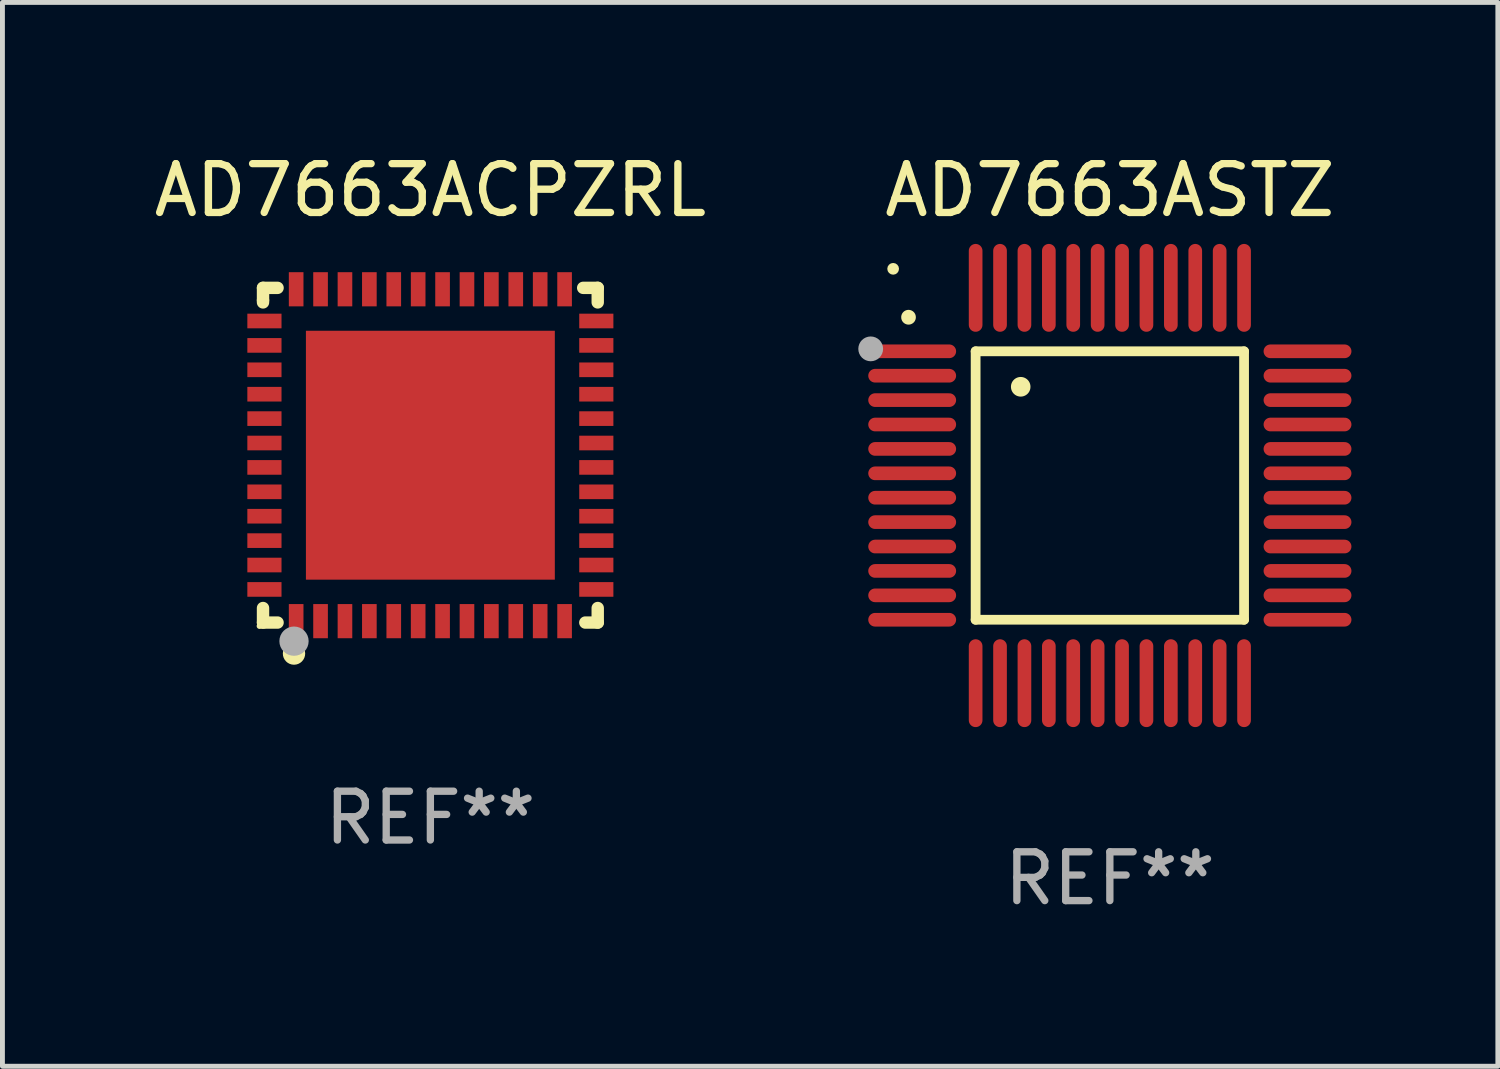
<source format=kicad_pcb>
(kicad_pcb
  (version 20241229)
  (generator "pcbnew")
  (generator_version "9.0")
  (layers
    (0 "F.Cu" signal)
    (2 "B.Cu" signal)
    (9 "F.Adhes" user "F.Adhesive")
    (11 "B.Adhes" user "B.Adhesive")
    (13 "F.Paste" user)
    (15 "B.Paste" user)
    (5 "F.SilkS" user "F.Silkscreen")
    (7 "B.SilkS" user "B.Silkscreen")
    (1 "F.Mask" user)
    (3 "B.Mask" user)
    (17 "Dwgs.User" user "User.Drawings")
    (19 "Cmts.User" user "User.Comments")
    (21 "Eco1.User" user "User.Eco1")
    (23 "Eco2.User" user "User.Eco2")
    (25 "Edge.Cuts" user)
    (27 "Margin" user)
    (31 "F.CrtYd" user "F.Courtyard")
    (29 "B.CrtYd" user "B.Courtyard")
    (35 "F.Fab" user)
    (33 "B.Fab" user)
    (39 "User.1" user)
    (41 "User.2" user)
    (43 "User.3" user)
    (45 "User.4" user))
  (footprint "AD7663ACPZRL"
    (layer "F.Cu")
    (at 5.768 6.277)
    (property "Reference" "AD7663ACPZRL" (at 0 -5.429 0) (layer "F.SilkS") (effects (font (size 1 1) (thickness 0.15))))
    (attr through_hole)
    (fp_line (start -3.429 -3.429) (end -3.429 -3.175) (stroke (width 0.254) (type solid)) (layer "F.SilkS"))
    (fp_line (start -3.429 -3.175) (end -3.429 -3.131) (stroke (width 0.254) (type solid)) (layer "F.SilkS"))
    (fp_line (start -3.429 3.131) (end -3.429 3.429) (stroke (width 0.254) (type solid)) (layer "F.SilkS"))
    (fp_line (start -3.429 3.429) (end -3.131 3.429) (stroke (width 0.254) (type solid)) (layer "F.SilkS"))
    (fp_line (start -3.131 -3.429) (end -3.429 -3.429) (stroke (width 0.254) (type solid)) (layer "F.SilkS"))
    (fp_line (start 3.131 -3.429) (end 3.429 -3.429) (stroke (width 0.254) (type solid)) (layer "F.SilkS"))
    (fp_line (start 3.429 -3.429) (end 3.429 -3.131) (stroke (width 0.254) (type solid)) (layer "F.SilkS"))
    (fp_line (start 3.429 3.131) (end 3.429 3.429) (stroke (width 0.254) (type solid)) (layer "F.SilkS"))
    (fp_line (start 3.429 3.429) (end 3.175 3.429) (stroke (width 0.254) (type solid)) (layer "F.SilkS"))
    (fp_circle (center -3.5 3.5) (end -3.47 3.5) (stroke (width 0.06) (type solid)) (fill no) (layer "F.SilkS"))
    (fp_circle (center -2.794 4.064) (end -2.667 4.064) (stroke (width 0.204) (type solid)) (fill no) (layer "F.SilkS"))
    (fp_circle (center -2.794 3.81) (end -2.644 3.81) (stroke (width 0.3) (type solid)) (fill no) (layer "F.Fab"))
    (fp_text user "REF**" (at 0 7.429 0) (layer "F.Fab") (effects (font (size 1 1) (thickness 0.15))))
    (pad "1" smd rect (at -2.75 3.4) (size 0.3 0.7) (layers "F.Cu" "F.Mask" "F.Paste"))
    (pad "2" smd rect (at -2.25 3.4) (size 0.3 0.7) (layers "F.Cu" "F.Mask" "F.Paste"))
    (pad "3" smd rect (at -1.75 3.4) (size 0.3 0.7) (layers "F.Cu" "F.Mask" "F.Paste"))
    (pad "4" smd rect (at -1.25 3.4) (size 0.3 0.7) (layers "F.Cu" "F.Mask" "F.Paste"))
    (pad "5" smd rect (at -0.75 3.4) (size 0.3 0.7) (layers "F.Cu" "F.Mask" "F.Paste"))
    (pad "6" smd rect (at -0.25 3.4) (size 0.3 0.7) (layers "F.Cu" "F.Mask" "F.Paste"))
    (pad "7" smd rect (at 0.25 3.4) (size 0.3 0.7) (layers "F.Cu" "F.Mask" "F.Paste"))
    (pad "8" smd rect (at 0.75 3.4) (size 0.3 0.7) (layers "F.Cu" "F.Mask" "F.Paste"))
    (pad "9" smd rect (at 1.25 3.4) (size 0.3 0.7) (layers "F.Cu" "F.Mask" "F.Paste"))
    (pad "10" smd rect (at 1.75 3.4) (size 0.3 0.7) (layers "F.Cu" "F.Mask" "F.Paste"))
    (pad "11" smd rect (at 2.25 3.4) (size 0.3 0.7) (layers "F.Cu" "F.Mask" "F.Paste"))
    (pad "12" smd rect (at 2.75 3.4) (size 0.3 0.7) (layers "F.Cu" "F.Mask" "F.Paste"))
    (pad "13" smd rect (at 3.4 2.75) (size 0.7 0.3) (layers "F.Cu" "F.Mask" "F.Paste"))
    (pad "14" smd rect (at 3.4 2.25) (size 0.7 0.3) (layers "F.Cu" "F.Mask" "F.Paste"))
    (pad "15" smd rect (at 3.4 1.75) (size 0.7 0.3) (layers "F.Cu" "F.Mask" "F.Paste"))
    (pad "16" smd rect (at 3.4 1.25) (size 0.7 0.3) (layers "F.Cu" "F.Mask" "F.Paste"))
    (pad "17" smd rect (at 3.4 0.75) (size 0.7 0.3) (layers "F.Cu" "F.Mask" "F.Paste"))
    (pad "18" smd rect (at 3.4 0.25) (size 0.7 0.3) (layers "F.Cu" "F.Mask" "F.Paste"))
    (pad "19" smd rect (at 3.4 -0.25) (size 0.7 0.3) (layers "F.Cu" "F.Mask" "F.Paste"))
    (pad "20" smd rect (at 3.4 -0.75) (size 0.7 0.3) (layers "F.Cu" "F.Mask" "F.Paste"))
    (pad "21" smd rect (at 3.4 -1.25) (size 0.7 0.3) (layers "F.Cu" "F.Mask" "F.Paste"))
    (pad "22" smd rect (at 3.4 -1.75) (size 0.7 0.3) (layers "F.Cu" "F.Mask" "F.Paste"))
    (pad "23" smd rect (at 3.4 -2.25) (size 0.7 0.3) (layers "F.Cu" "F.Mask" "F.Paste"))
    (pad "24" smd rect (at 3.4 -2.75) (size 0.7 0.3) (layers "F.Cu" "F.Mask" "F.Paste"))
    (pad "25" smd rect (at 2.75 -3.4) (size 0.3 0.7) (layers "F.Cu" "F.Mask" "F.Paste"))
    (pad "26" smd rect (at 2.25 -3.4) (size 0.3 0.7) (layers "F.Cu" "F.Mask" "F.Paste"))
    (pad "27" smd rect (at 1.75 -3.4) (size 0.3 0.7) (layers "F.Cu" "F.Mask" "F.Paste"))
    (pad "28" smd rect (at 1.25 -3.4) (size 0.3 0.7) (layers "F.Cu" "F.Mask" "F.Paste"))
    (pad "29" smd rect (at 0.75 -3.4) (size 0.3 0.7) (layers "F.Cu" "F.Mask" "F.Paste"))
    (pad "30" smd rect (at 0.25 -3.4) (size 0.3 0.7) (layers "F.Cu" "F.Mask" "F.Paste"))
    (pad "31" smd rect (at -0.25 -3.4) (size 0.3 0.7) (layers "F.Cu" "F.Mask" "F.Paste"))
    (pad "32" smd rect (at -0.75 -3.4) (size 0.3 0.7) (layers "F.Cu" "F.Mask" "F.Paste"))
    (pad "33" smd rect (at -1.25 -3.4) (size 0.3 0.7) (layers "F.Cu" "F.Mask" "F.Paste"))
    (pad "34" smd rect (at -1.75 -3.4) (size 0.3 0.7) (layers "F.Cu" "F.Mask" "F.Paste"))
    (pad "35" smd rect (at -2.25 -3.4) (size 0.3 0.7) (layers "F.Cu" "F.Mask" "F.Paste"))
    (pad "36" smd rect (at -2.75 -3.4) (size 0.3 0.7) (layers "F.Cu" "F.Mask" "F.Paste"))
    (pad "37" smd rect (at -3.4 -2.75) (size 0.7 0.3) (layers "F.Cu" "F.Mask" "F.Paste"))
    (pad "38" smd rect (at -3.4 -2.25) (size 0.7 0.3) (layers "F.Cu" "F.Mask" "F.Paste"))
    (pad "39" smd rect (at -3.4 -1.75) (size 0.7 0.3) (layers "F.Cu" "F.Mask" "F.Paste"))
    (pad "40" smd rect (at -3.4 -1.25) (size 0.7 0.3) (layers "F.Cu" "F.Mask" "F.Paste"))
    (pad "41" smd rect (at -3.4 -0.75) (size 0.7 0.3) (layers "F.Cu" "F.Mask" "F.Paste"))
    (pad "42" smd rect (at -3.4 -0.25) (size 0.7 0.3) (layers "F.Cu" "F.Mask" "F.Paste"))
    (pad "43" smd rect (at -3.4 0.25) (size 0.7 0.3) (layers "F.Cu" "F.Mask" "F.Paste"))
    (pad "44" smd rect (at -3.4 0.75) (size 0.7 0.3) (layers "F.Cu" "F.Mask" "F.Paste"))
    (pad "45" smd rect (at -3.4 1.25) (size 0.7 0.3) (layers "F.Cu" "F.Mask" "F.Paste"))
    (pad "46" smd rect (at -3.4 1.75) (size 0.7 0.3) (layers "F.Cu" "F.Mask" "F.Paste"))
    (pad "47" smd rect (at -3.4 2.25) (size 0.7 0.3) (layers "F.Cu" "F.Mask" "F.Paste"))
    (pad "48" smd rect (at -3.4 2.75) (size 0.7 0.3) (layers "F.Cu" "F.Mask" "F.Paste"))
    (pad "49" smd rect (at 0 0) (size 5.1 5.1) (layers "F.Cu" "F.Mask" "F.Paste")))
  (footprint "AD7663ASTZ"
    (layer "F.Cu")
    (at 19.69 6.898)
    (property "Reference" "AD7663ASTZ" (at 0 -6.05 0) (layer "F.SilkS") (effects (font (size 1 1) (thickness 0.15))))
    (attr through_hole)
    (fp_line (start -2.75 -2.75) (end 2.75 -2.75) (stroke (width 0.2) (type solid)) (layer "F.SilkS"))
    (fp_line (start -2.75 2.75) (end -2.75 -2.75) (stroke (width 0.2) (type solid)) (layer "F.SilkS"))
    (fp_line (start 2.75 -2.75) (end 2.75 2.75) (stroke (width 0.2) (type solid)) (layer "F.SilkS"))
    (fp_line (start 2.75 2.75) (end -2.75 2.75) (stroke (width 0.2) (type solid)) (layer "F.SilkS"))
    (fp_arc (start -4.124968 -3.446787) (mid -4.124973 -3.448057) (end -4.124968 -3.449327) (stroke (width 0.3) (type solid)) (layer "F.SilkS"))
    (fp_arc (start -1.826264 -2.021844) (mid -1.826268 -2.023114) (end -1.826264 -2.024384) (stroke (width 0.4) (type solid)) (layer "F.SilkS"))
    (fp_circle (center -4.44 -4.44) (end -4.38 -4.44) (stroke (width 0.12) (type solid)) (fill no) (layer "F.SilkS"))
    (fp_circle (center -4.9 -2.8) (end -4.773 -2.8) (stroke (width 0.254) (type solid)) (fill no) (layer "F.Fab"))
    (fp_text user "REF**" (at 0 8.05 0) (layer "F.Fab") (effects (font (size 1 1) (thickness 0.15))))
    (pad "1" smd oval (at -4.05 -2.75 90) (size 0.28 1.8) (layers "F.Cu" "F.Mask" "F.Paste"))
    (pad "2" smd oval (at -4.05 -2.25 90) (size 0.28 1.8) (layers "F.Cu" "F.Mask" "F.Paste"))
    (pad "3" smd oval (at -4.05 -1.75 90) (size 0.28 1.8) (layers "F.Cu" "F.Mask" "F.Paste"))
    (pad "4" smd oval (at -4.05 -1.25 90) (size 0.28 1.8) (layers "F.Cu" "F.Mask" "F.Paste"))
    (pad "5" smd oval (at -4.05 -0.75 90) (size 0.28 1.8) (layers "F.Cu" "F.Mask" "F.Paste"))
    (pad "6" smd oval (at -4.05 -0.25 90) (size 0.28 1.8) (layers "F.Cu" "F.Mask" "F.Paste"))
    (pad "7" smd oval (at -4.05 0.25 90) (size 0.28 1.8) (layers "F.Cu" "F.Mask" "F.Paste"))
    (pad "8" smd oval (at -4.05 0.75 90) (size 0.28 1.8) (layers "F.Cu" "F.Mask" "F.Paste"))
    (pad "9" smd oval (at -4.05 1.25 90) (size 0.28 1.8) (layers "F.Cu" "F.Mask" "F.Paste"))
    (pad "10" smd oval (at -4.05 1.75 90) (size 0.28 1.8) (layers "F.Cu" "F.Mask" "F.Paste"))
    (pad "11" smd oval (at -4.05 2.25 90) (size 0.28 1.8) (layers "F.Cu" "F.Mask" "F.Paste"))
    (pad "12" smd oval (at -4.05 2.75 90) (size 0.28 1.8) (layers "F.Cu" "F.Mask" "F.Paste"))
    (pad "13" smd oval (at -2.75 4.05) (size 0.28 1.8) (layers "F.Cu" "F.Mask" "F.Paste"))
    (pad "14" smd oval (at -2.25 4.05) (size 0.28 1.8) (layers "F.Cu" "F.Mask" "F.Paste"))
    (pad "15" smd oval (at -1.75 4.05) (size 0.28 1.8) (layers "F.Cu" "F.Mask" "F.Paste"))
    (pad "16" smd oval (at -1.25 4.05) (size 0.28 1.8) (layers "F.Cu" "F.Mask" "F.Paste"))
    (pad "17" smd oval (at -0.75 4.05) (size 0.28 1.8) (layers "F.Cu" "F.Mask" "F.Paste"))
    (pad "18" smd oval (at -0.25 4.05) (size 0.28 1.8) (layers "F.Cu" "F.Mask" "F.Paste"))
    (pad "19" smd oval (at 0.25 4.05) (size 0.28 1.8) (layers "F.Cu" "F.Mask" "F.Paste"))
    (pad "20" smd oval (at 0.75 4.05) (size 0.28 1.8) (layers "F.Cu" "F.Mask" "F.Paste"))
    (pad "21" smd oval (at 1.25 4.05) (size 0.28 1.8) (layers "F.Cu" "F.Mask" "F.Paste"))
    (pad "22" smd oval (at 1.75 4.05) (size 0.28 1.8) (layers "F.Cu" "F.Mask" "F.Paste"))
    (pad "23" smd oval (at 2.25 4.05) (size 0.28 1.8) (layers "F.Cu" "F.Mask" "F.Paste"))
    (pad "24" smd oval (at 2.75 4.05) (size 0.28 1.8) (layers "F.Cu" "F.Mask" "F.Paste"))
    (pad "25" smd oval (at 4.05 2.75 90) (size 0.28 1.8) (layers "F.Cu" "F.Mask" "F.Paste"))
    (pad "26" smd oval (at 4.05 2.25 90) (size 0.28 1.8) (layers "F.Cu" "F.Mask" "F.Paste"))
    (pad "27" smd oval (at 4.05 1.75 90) (size 0.28 1.8) (layers "F.Cu" "F.Mask" "F.Paste"))
    (pad "28" smd oval (at 4.05 1.25 90) (size 0.28 1.8) (layers "F.Cu" "F.Mask" "F.Paste"))
    (pad "29" smd oval (at 4.05 0.75 90) (size 0.28 1.8) (layers "F.Cu" "F.Mask" "F.Paste"))
    (pad "30" smd oval (at 4.05 0.25 90) (size 0.28 1.8) (layers "F.Cu" "F.Mask" "F.Paste"))
    (pad "31" smd oval (at 4.05 -0.25 90) (size 0.28 1.8) (layers "F.Cu" "F.Mask" "F.Paste"))
    (pad "32" smd oval (at 4.05 -0.75 90) (size 0.28 1.8) (layers "F.Cu" "F.Mask" "F.Paste"))
    (pad "33" smd oval (at 4.05 -1.25 90) (size 0.28 1.8) (layers "F.Cu" "F.Mask" "F.Paste"))
    (pad "34" smd oval (at 4.05 -1.75 90) (size 0.28 1.8) (layers "F.Cu" "F.Mask" "F.Paste"))
    (pad "35" smd oval (at 4.05 -2.25 90) (size 0.28 1.8) (layers "F.Cu" "F.Mask" "F.Paste"))
    (pad "36" smd oval (at 4.05 -2.75 90) (size 0.28 1.8) (layers "F.Cu" "F.Mask" "F.Paste"))
    (pad "37" smd oval (at 2.75 -4.05) (size 0.28 1.8) (layers "F.Cu" "F.Mask" "F.Paste"))
    (pad "38" smd oval (at 2.25 -4.05) (size 0.28 1.8) (layers "F.Cu" "F.Mask" "F.Paste"))
    (pad "39" smd oval (at 1.75 -4.05) (size 0.28 1.8) (layers "F.Cu" "F.Mask" "F.Paste"))
    (pad "40" smd oval (at 1.25 -4.05) (size 0.28 1.8) (layers "F.Cu" "F.Mask" "F.Paste"))
    (pad "41" smd oval (at 0.75 -4.05) (size 0.28 1.8) (layers "F.Cu" "F.Mask" "F.Paste"))
    (pad "42" smd oval (at 0.25 -4.05) (size 0.28 1.8) (layers "F.Cu" "F.Mask" "F.Paste"))
    (pad "43" smd oval (at -0.25 -4.05) (size 0.28 1.8) (layers "F.Cu" "F.Mask" "F.Paste"))
    (pad "44" smd oval (at -0.75 -4.05) (size 0.28 1.8) (layers "F.Cu" "F.Mask" "F.Paste"))
    (pad "45" smd oval (at -1.25 -4.05) (size 0.28 1.8) (layers "F.Cu" "F.Mask" "F.Paste"))
    (pad "46" smd oval (at -1.75 -4.05) (size 0.28 1.8) (layers "F.Cu" "F.Mask" "F.Paste"))
    (pad "47" smd oval (at -2.25 -4.05) (size 0.28 1.8) (layers "F.Cu" "F.Mask" "F.Paste"))
    (pad "48" smd oval (at -2.75 -4.05) (size 0.28 1.8) (layers "F.Cu" "F.Mask" "F.Paste")))
  (gr_rect
    (start -3 -3)
    (end 27.64 18.797)
    (stroke (width 0.1) (type default))
    (fill no)
    (layer "Edge.Cuts")))
</source>
